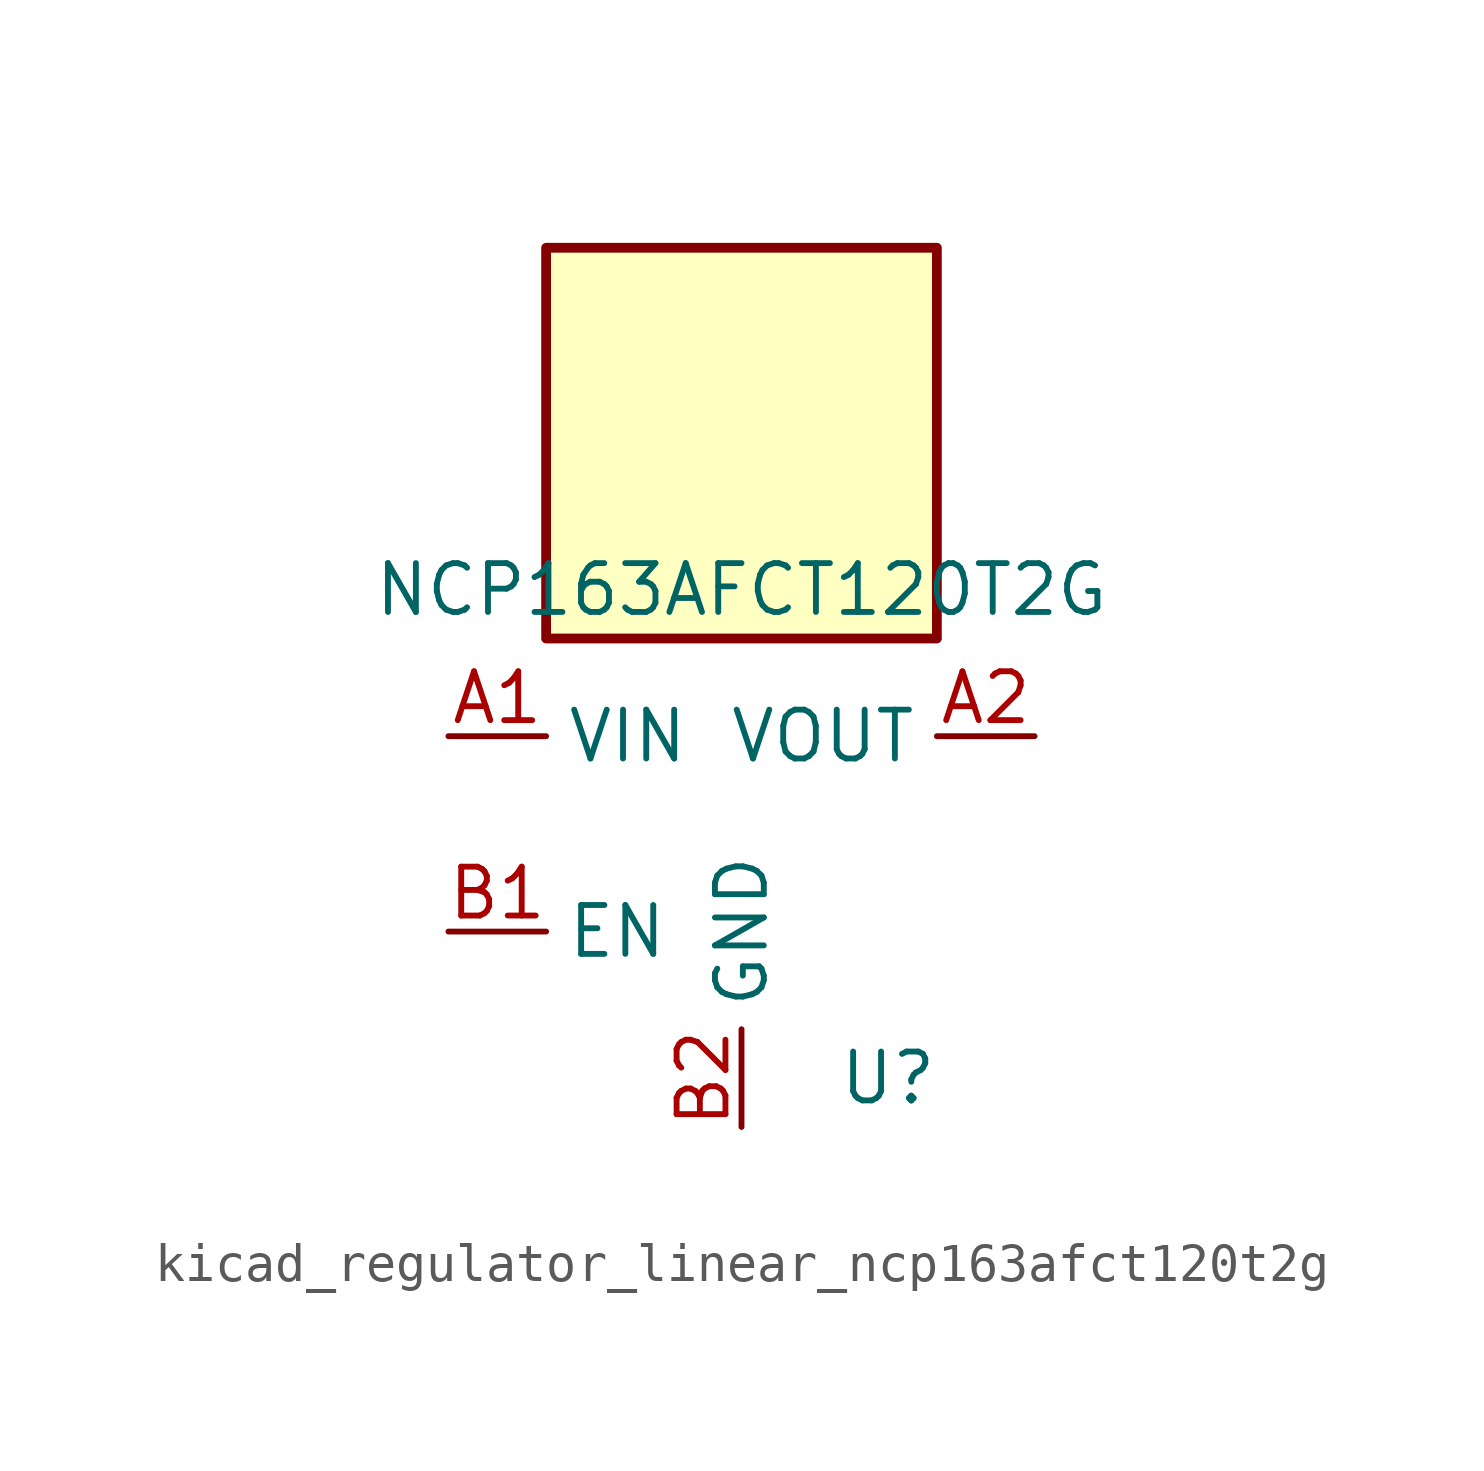
<source format=kicad_sym>
(kicad_symbol_lib
  (version 20220914)
  (generator kicad_symbol_editor)
  (symbol "kicad_regulator_linear_ncp163afct120t2g"
    (property "Reference" "U"
      (at 3.81 -6.35 0)
      (effects (font (size 1.27 1.27))))
    (property "Value" "NCP163AFCT120T2G"
      (at 0 6.35 0)
      (effects (font (size 1.27 1.27))))
    (symbol "kicad_regulator_linear_ncp163afct120t2g_0_1"
      (rectangle (start 5.08 15.24) (end -5.08 5.08) (stroke (width 0.254) (type default)) (fill (type background))))
    (symbol "kicad_regulator_linear_ncp163afct120t2g_1_1"
      (pin power_in line (at -7.62 2.54 0) (length 2.54) (name "VIN" (effects (font (size 1.27 1.27)))) (number "A1" (effects (font (size 1.27 1.27)))))
      (pin power_out line (at 7.62 2.54 180) (length 2.54) (name "VOUT" (effects (font (size 1.27 1.27)))) (number "A2" (effects (font (size 1.27 1.27)))))
      (pin input line (at -7.62 -2.54 0) (length 2.54) (name "EN" (effects (font (size 1.27 1.27)))) (number "B1" (effects (font (size 1.27 1.27)))))
      (pin power_in line (at 0 -7.62 90) (length 2.54) (name "GND" (effects (font (size 1.27 1.27)))) (number "B2" (effects (font (size 1.27 1.27))))))))
</source>
